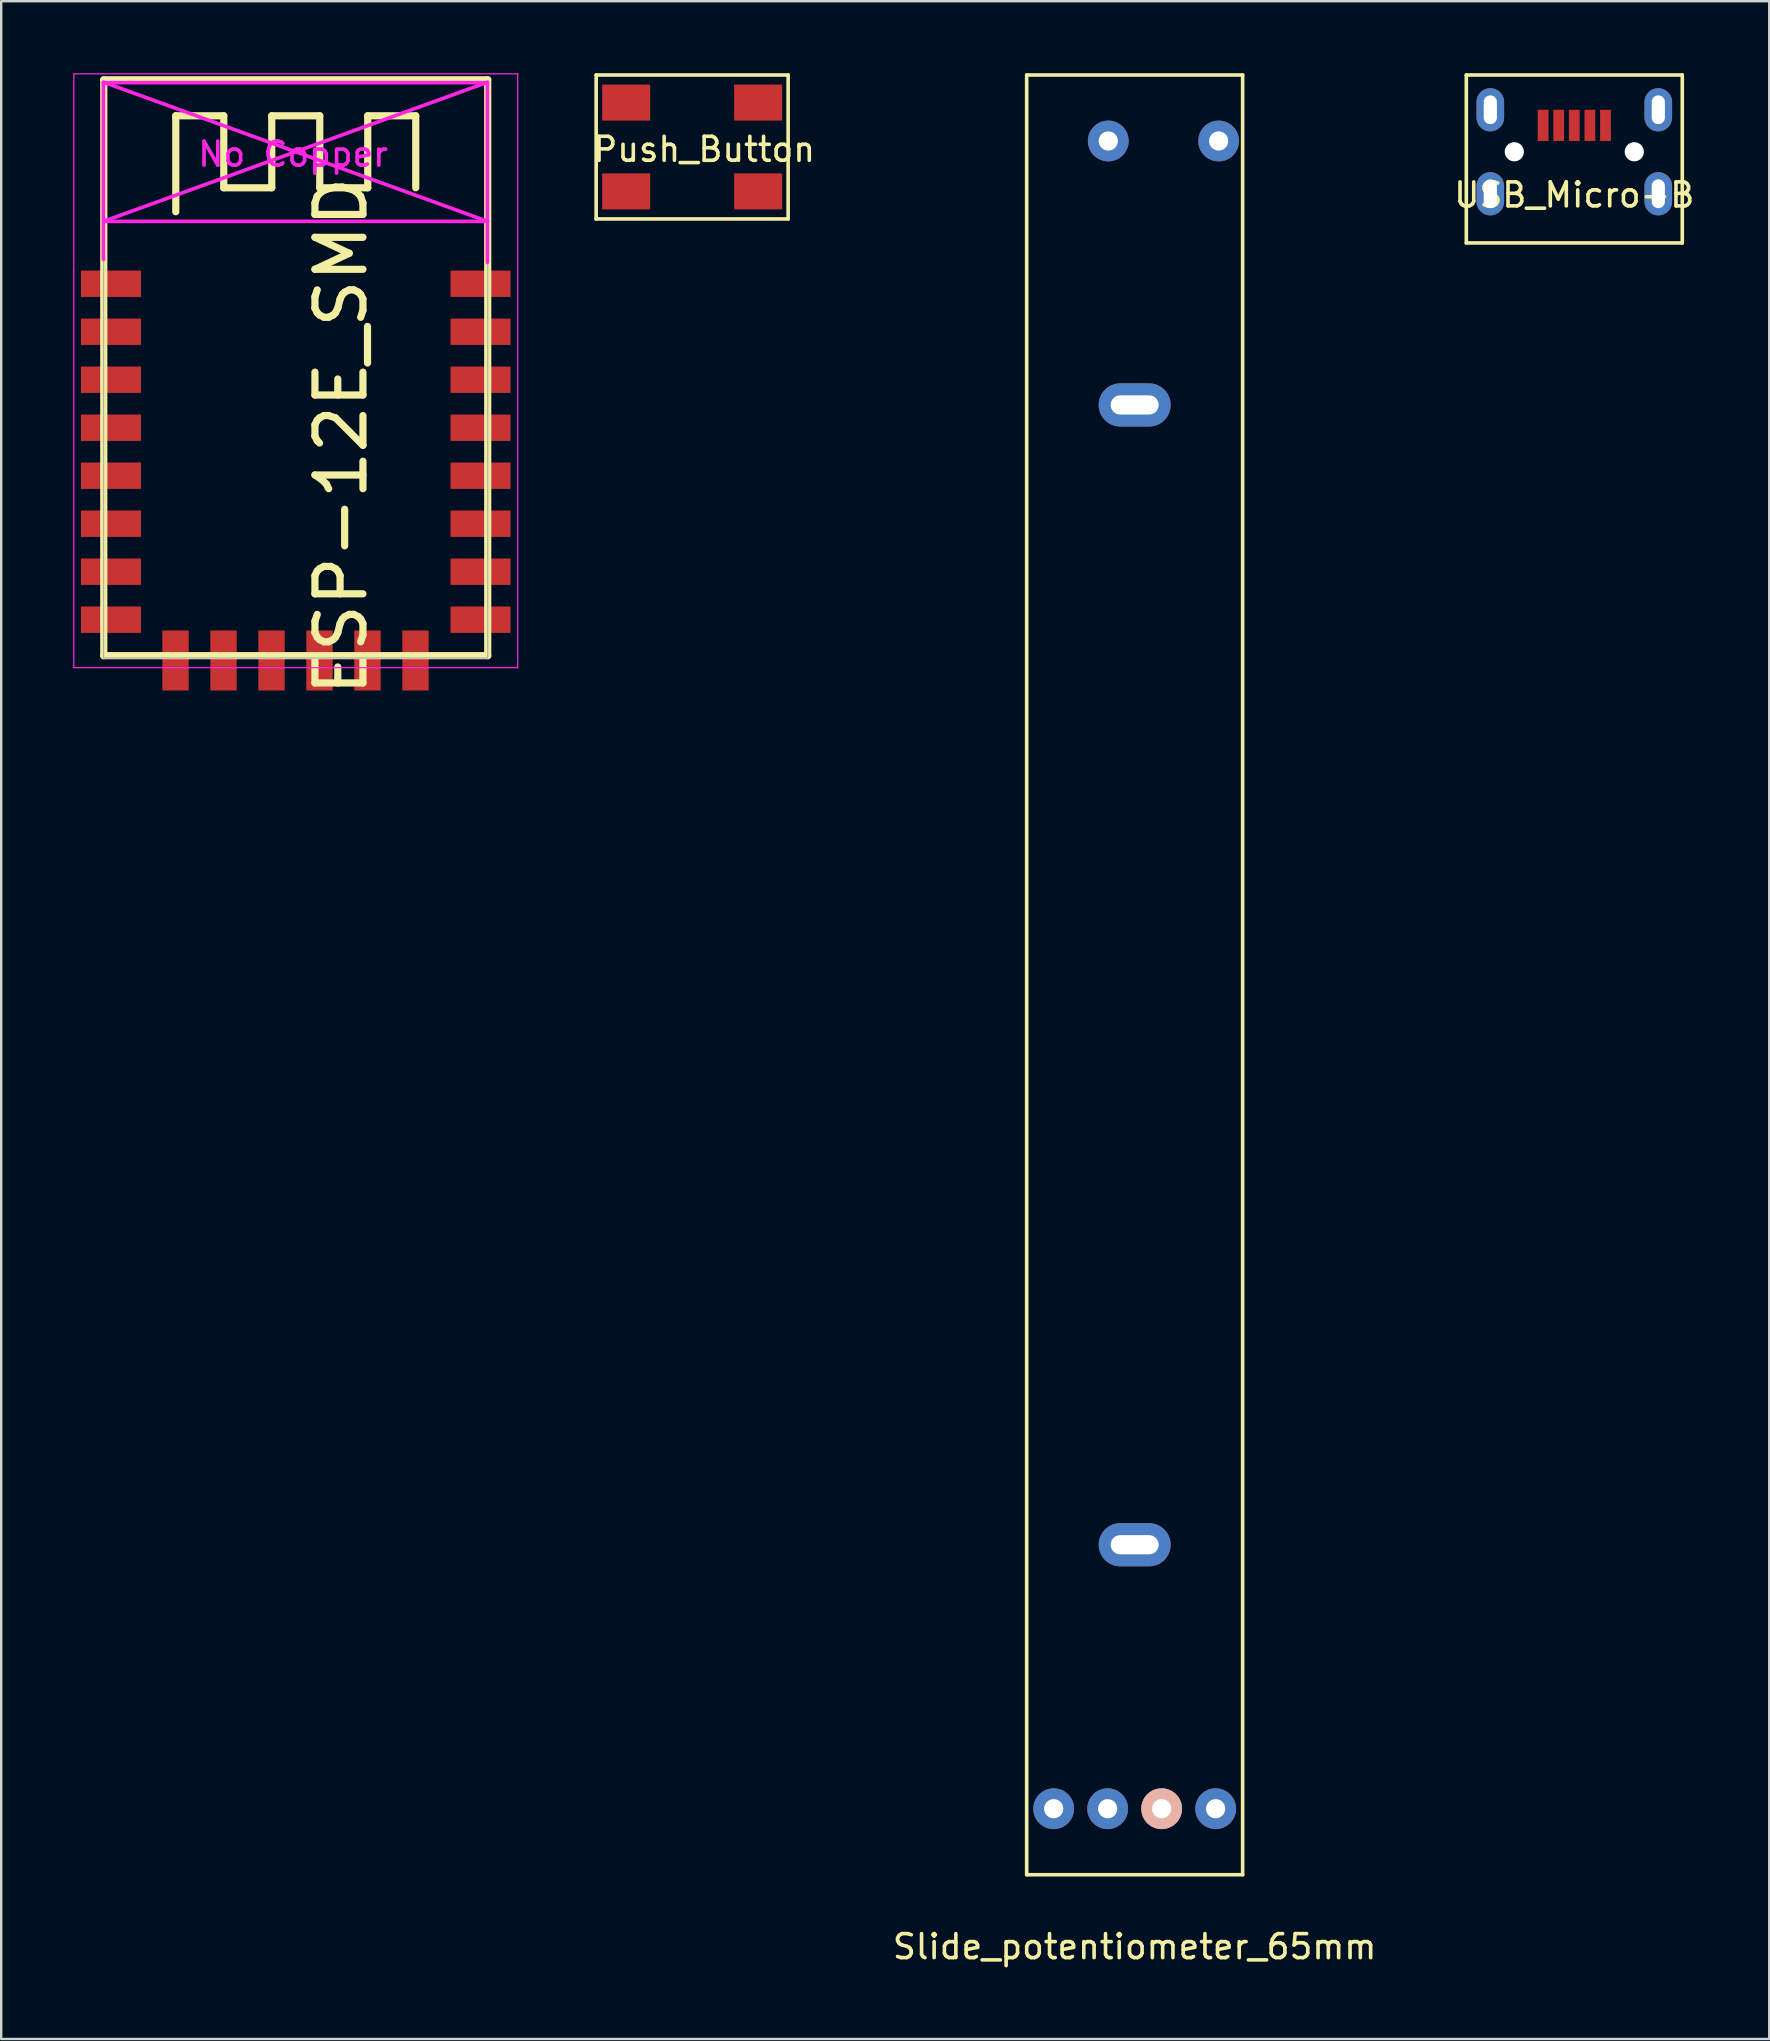
<source format=kicad_pcb>
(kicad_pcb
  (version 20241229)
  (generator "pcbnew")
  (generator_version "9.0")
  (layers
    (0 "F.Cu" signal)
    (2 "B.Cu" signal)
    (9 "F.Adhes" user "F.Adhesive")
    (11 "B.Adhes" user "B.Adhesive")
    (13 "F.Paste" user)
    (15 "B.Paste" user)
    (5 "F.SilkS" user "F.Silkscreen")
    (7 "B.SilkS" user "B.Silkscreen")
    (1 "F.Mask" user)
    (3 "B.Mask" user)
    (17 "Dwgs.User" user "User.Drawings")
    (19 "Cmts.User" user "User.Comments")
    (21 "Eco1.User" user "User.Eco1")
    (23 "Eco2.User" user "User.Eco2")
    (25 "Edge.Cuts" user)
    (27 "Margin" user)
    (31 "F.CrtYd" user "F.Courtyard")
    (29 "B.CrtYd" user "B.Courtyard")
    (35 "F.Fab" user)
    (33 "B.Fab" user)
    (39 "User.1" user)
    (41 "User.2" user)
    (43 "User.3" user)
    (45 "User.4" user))
  (footprint "Push_Button"
    (layer "F.Cu")
    (at 25.794 3.075)
    (property "Reference" "Push_Button" (at 0.5 0.1 0) (layer "F.SilkS") (effects (font (size 1 1) (thickness 0.15))))
    (attr through_hole)
    (fp_line (start -4 -3) (end 4 -3) (stroke (width 0.15) (type solid)) (layer "F.SilkS"))
    (fp_line (start -4 3) (end -4 -3) (stroke (width 0.15) (type solid)) (layer "F.SilkS"))
    (fp_line (start 4 -3) (end 4 3) (stroke (width 0.15) (type solid)) (layer "F.SilkS"))
    (fp_line (start 4 3) (end -4 3) (stroke (width 0.15) (type solid)) (layer "F.SilkS"))
    (pad "1" smd rect (at -2.75 -1.85) (size 2 1.5) (layers "F.Cu" "F.Mask" "F.Paste"))
    (pad "1" smd rect (at 2.75 -1.85) (size 2 1.5) (layers "F.Cu" "F.Mask" "F.Paste"))
    (pad "2" smd rect (at -2.75 1.85) (size 2 1.5) (layers "F.Cu" "F.Mask" "F.Paste"))
    (pad "2" smd rect (at 2.75 1.85) (size 2 1.5) (layers "F.Cu" "F.Mask" "F.Paste")))
  (footprint "Slide_potentiometer_65mm"
    (layer "F.Cu")
    (at 44.235 37.575)
    (property "Reference" "Slide_potentiometer_65mm" (at 0 40.5 0) (layer "F.SilkS") (effects (font (size 1 1) (thickness 0.15))))
    (attr through_hole)
    (fp_line (start -4.5 -37.5) (end -4.5 37.5) (stroke (width 0.15) (type solid)) (layer "F.SilkS"))
    (fp_line (start -4.5 37.5) (end 4.5 37.5) (stroke (width 0.15) (type solid)) (layer "F.SilkS"))
    (fp_line (start 4.5 -37.5) (end -4.5 -37.5) (stroke (width 0.15) (type solid)) (layer "F.SilkS"))
    (fp_line (start 4.5 37.5) (end 4.5 -37.5) (stroke (width 0.15) (type solid)) (layer "F.SilkS"))
    (pad "" thru_hole oval (at 0 -23.75) (size 3 1.8) (drill oval 2 0.8) (layers "*.Cu" "*.Mask"))
    (pad "" thru_hole oval (at 0 23.75) (size 3 1.8) (drill oval 2 0.8) (layers "*.Cu" "*.Mask"))
    (pad "" thru_hole circle (at 1.125 34.75) (size 1.7 1.7) (drill 0.8) (layers "*.Cu" "*.Mask" "B.SilkS"))
    (pad "" thru_hole circle (at 3.375 34.75) (size 1.7 1.7) (drill 0.8) (layers "*.Cu" "*.Mask"))
    (pad "" thru_hole circle (at 3.5 -34.75) (size 1.7 1.7) (drill 0.8) (layers "*.Cu" "*.Mask"))
    (pad "1" thru_hole circle (at -1.1 -34.75) (size 1.7 1.7) (drill 0.8) (layers "*.Cu" "*.Mask"))
    (pad "2" thru_hole circle (at -1.125 34.75) (size 1.7 1.7) (drill 0.8) (layers "*.Cu" "*.Mask"))
    (pad "3" thru_hole circle (at -3.375 34.75) (size 1.7 1.7) (drill 0.8) (layers "*.Cu" "*.Mask")))
  (footprint "ESP-12E_SMD"
    (layer "F.Cu")
    (at 2.275 8.775)
    (property "Reference" "ESP-12E_SMD" (at 8.89 6.35 90) (layer "F.SilkS") (effects (font (size 2 2) (thickness 0.3))))
    (attr through_hole)
    (fp_line (start -1 -8.5) (end 15 -8.5) (stroke (width 0.3) (type solid)) (layer "F.SilkS"))
    (fp_line (start -1 15.5) (end -1 -8.5) (stroke (width 0.3) (type solid)) (layer "F.SilkS"))
    (fp_line (start -1 15.5) (end 15 15.5) (stroke (width 0.3) (type solid)) (layer "F.SilkS"))
    (fp_line (start 2 -7) (end 4 -7) (stroke (width 0.3) (type solid)) (layer "F.SilkS"))
    (fp_line (start 2 -3) (end 2 -7) (stroke (width 0.3) (type solid)) (layer "F.SilkS"))
    (fp_line (start 4 -7) (end 4 -4) (stroke (width 0.3) (type solid)) (layer "F.SilkS"))
    (fp_line (start 4 -4) (end 6 -4) (stroke (width 0.3) (type solid)) (layer "F.SilkS"))
    (fp_line (start 6 -7) (end 8 -7) (stroke (width 0.3) (type solid)) (layer "F.SilkS"))
    (fp_line (start 6 -4) (end 6 -7) (stroke (width 0.3) (type solid)) (layer "F.SilkS"))
    (fp_line (start 8 -7) (end 8 -4) (stroke (width 0.3) (type solid)) (layer "F.SilkS"))
    (fp_line (start 8 -4) (end 10 -4) (stroke (width 0.3) (type solid)) (layer "F.SilkS"))
    (fp_line (start 10 -7) (end 12 -7) (stroke (width 0.3) (type solid)) (layer "F.SilkS"))
    (fp_line (start 10 -4) (end 10 -7) (stroke (width 0.3) (type solid)) (layer "F.SilkS"))
    (fp_line (start 12 -7) (end 12 -4) (stroke (width 0.3) (type solid)) (layer "F.SilkS"))
    (fp_line (start 15 -8.5) (end 15 15.5) (stroke (width 0.3) (type solid)) (layer "F.SilkS"))
    (fp_line (start -2.25 -8.75) (end 15.25 -8.75) (stroke (width 0.05) (type solid)) (layer "F.CrtYd"))
    (fp_line (start -2.25 -0.5) (end -2.25 -8.75) (stroke (width 0.05) (type solid)) (layer "F.CrtYd"))
    (fp_line (start -2.25 16) (end -2.25 -0.5) (stroke (width 0.05) (type solid)) (layer "F.CrtYd"))
    (fp_line (start -1.016 -8.382) (end -1.016 -1.016) (stroke (width 0.152) (type solid)) (layer "F.CrtYd"))
    (fp_line (start -1.016 -8.382) (end 14.986 -8.382) (stroke (width 0.152) (type solid)) (layer "F.CrtYd"))
    (fp_line (start -1.008 -8.4) (end 14.992 -2.6) (stroke (width 0.152) (type solid)) (layer "F.CrtYd"))
    (fp_line (start -1.008 -2.6) (end 14.992 -2.6) (stroke (width 0.152) (type solid)) (layer "F.CrtYd"))
    (fp_line (start 14.986 -8.382) (end 14.986 -0.889) (stroke (width 0.152) (type solid)) (layer "F.CrtYd"))
    (fp_line (start 14.992 -8.4) (end -1.008 -2.6) (stroke (width 0.152) (type solid)) (layer "F.CrtYd"))
    (fp_line (start 15.25 -8.75) (end 16.25 -8.75) (stroke (width 0.05) (type solid)) (layer "F.CrtYd"))
    (fp_line (start 16.25 -8.75) (end 16.25 16) (stroke (width 0.05) (type solid)) (layer "F.CrtYd"))
    (fp_line (start 16.25 16) (end -2.25 16) (stroke (width 0.05) (type solid)) (layer "F.CrtYd"))
    (fp_line (start -1.008 -8.4) (end 14.992 -8.4) (stroke (width 0.05) (type solid)) (layer "F.Fab"))
    (fp_line (start -1.008 15.6) (end -1.008 -8.4) (stroke (width 0.05) (type solid)) (layer "F.Fab"))
    (fp_line (start 14.992 15.6) (end -1.008 15.6) (stroke (width 0.05) (type solid)) (layer "F.Fab"))
    (fp_line (start 15 -8.4) (end 15 15.6) (stroke (width 0.05) (type solid)) (layer "F.Fab"))
    (fp_text user "No Copper" (at 6.892 -5.4 0) (layer "F.CrtYd") (effects (font (size 1 1) (thickness 0.15))))
    (pad "1" smd rect (at 0 0) (size 2.5 1.1) (drill (offset -0.7 0)) (layers "F.Cu" "F.Mask" "F.Paste"))
    (pad "2" smd rect (at 0 2) (size 2.5 1.1) (drill (offset -0.7 0)) (layers "F.Cu" "F.Mask" "F.Paste"))
    (pad "3" smd rect (at 0 4) (size 2.5 1.1) (drill (offset -0.7 0)) (layers "F.Cu" "F.Mask" "F.Paste"))
    (pad "4" smd rect (at 0 6) (size 2.5 1.1) (drill (offset -0.7 0)) (layers "F.Cu" "F.Mask" "F.Paste"))
    (pad "5" smd rect (at 0 8) (size 2.5 1.1) (drill (offset -0.7 0)) (layers "F.Cu" "F.Mask" "F.Paste"))
    (pad "6" smd rect (at 0 10) (size 2.5 1.1) (drill (offset -0.7 0)) (layers "F.Cu" "F.Mask" "F.Paste"))
    (pad "7" smd rect (at 0 12) (size 2.5 1.1) (drill (offset -0.7 0)) (layers "F.Cu" "F.Mask" "F.Paste"))
    (pad "8" smd rect (at 0 14) (size 2.5 1.1) (drill (offset -0.7 0)) (layers "F.Cu" "F.Mask" "F.Paste"))
    (pad "9" smd rect (at 14 14) (size 2.5 1.1) (drill (offset 0.7 0)) (layers "F.Cu" "F.Mask" "F.Paste"))
    (pad "10" smd rect (at 14 12) (size 2.5 1.1) (drill (offset 0.7 0)) (layers "F.Cu" "F.Mask" "F.Paste"))
    (pad "11" smd rect (at 14 10) (size 2.5 1.1) (drill (offset 0.7 0)) (layers "F.Cu" "F.Mask" "F.Paste"))
    (pad "12" smd rect (at 14 8) (size 2.5 1.1) (drill (offset 0.7 0)) (layers "F.Cu" "F.Mask" "F.Paste"))
    (pad "13" smd rect (at 14 6) (size 2.5 1.1) (drill (offset 0.7 0)) (layers "F.Cu" "F.Mask" "F.Paste"))
    (pad "14" smd rect (at 14 4) (size 2.5 1.1) (drill (offset 0.7 0)) (layers "F.Cu" "F.Mask" "F.Paste"))
    (pad "15" smd rect (at 14 2) (size 2.5 1.1) (drill (offset 0.7 0)) (layers "F.Cu" "F.Mask" "F.Paste"))
    (pad "16" smd rect (at 14 0) (size 2.5 1.1) (drill (offset 0.7 0)) (layers "F.Cu" "F.Mask" "F.Paste"))
    (pad "17" smd rect (at 1.99 15 90) (size 2.5 1.1) (drill (offset -0.7 0)) (layers "F.Cu" "F.Mask" "F.Paste"))
    (pad "18" smd rect (at 3.99 15 90) (size 2.5 1.1) (drill (offset -0.7 0)) (layers "F.Cu" "F.Mask" "F.Paste"))
    (pad "19" smd rect (at 5.99 15 90) (size 2.5 1.1) (drill (offset -0.7 0)) (layers "F.Cu" "F.Mask" "F.Paste"))
    (pad "20" smd rect (at 7.99 15 90) (size 2.5 1.1) (drill (offset -0.7 0)) (layers "F.Cu" "F.Mask" "F.Paste"))
    (pad "21" smd rect (at 9.99 15 90) (size 2.5 1.1) (drill (offset -0.7 0)) (layers "F.Cu" "F.Mask" "F.Paste"))
    (pad "22" smd rect (at 11.99 15 90) (size 2.5 1.1) (drill (offset -0.7 0)) (layers "F.Cu" "F.Mask" "F.Paste")))
  (footprint "USB_Micro-B"
    (layer "F.Cu")
    (at 62.556 4.075)
    (property "Reference" "USB_Micro-B" (at 0 1 0) (layer "F.SilkS") (effects (font (size 1 1) (thickness 0.15))))
    (attr smd)
    (fp_line (start -4.5 -4) (end 4.5 -4) (stroke (width 0.15) (type solid)) (layer "F.SilkS"))
    (fp_line (start -4.5 3) (end -4.5 -4) (stroke (width 0.15) (type solid)) (layer "F.SilkS"))
    (fp_line (start 4.5 -4) (end 4.5 3) (stroke (width 0.15) (type solid)) (layer "F.SilkS"))
    (fp_line (start 4.5 3) (end -4.5 3) (stroke (width 0.15) (type solid)) (layer "F.SilkS"))
    (pad "" thru_hole oval (at -3.5 -2.55) (size 1.15 1.8) (drill oval 0.55 1.2) (layers "*.Cu" "*.Mask"))
    (pad "" thru_hole oval (at -3.5 0.95) (size 1.15 1.8) (drill oval 0.55 1.2) (layers "*.Cu" "*.Mask"))
    (pad "" np_thru_hole oval (at -2.5 -0.8) (size 0.8 0.8) (drill 0.8) (layers "*.Cu" "*.Mask"))
    (pad "" np_thru_hole oval (at 2.5 -0.8) (size 0.8 0.8) (drill 0.8) (layers "*.Cu" "*.Mask"))
    (pad "" thru_hole oval (at 3.5 -2.55) (size 1.15 1.8) (drill oval 0.55 1.2) (layers "*.Cu" "*.Mask"))
    (pad "" thru_hole oval (at 3.5 0.95) (size 1.15 1.8) (drill oval 0.55 1.2) (layers "*.Cu" "*.Mask"))
    (pad "1" smd rect (at -1.3 -1.9) (size 0.45 1.3) (layers "F.Cu" "F.Mask" "F.Paste"))
    (pad "2" smd rect (at -0.65 -1.9) (size 0.45 1.3) (layers "F.Cu" "F.Mask" "F.Paste"))
    (pad "3" smd rect (at 0 -1.9) (size 0.45 1.3) (layers "F.Cu" "F.Mask" "F.Paste"))
    (pad "4" smd rect (at 0.65 -1.9) (size 0.45 1.3) (layers "F.Cu" "F.Mask" "F.Paste"))
    (pad "5" smd rect (at 1.3 -1.9) (size 0.45 1.3) (layers "F.Cu" "F.Mask" "F.Paste")))
  (gr_rect
    (start -3 -3)
    (end 70.681 81.923)
    (stroke (width 0.1) (type default))
    (fill no)
    (layer "Edge.Cuts")))
</source>
